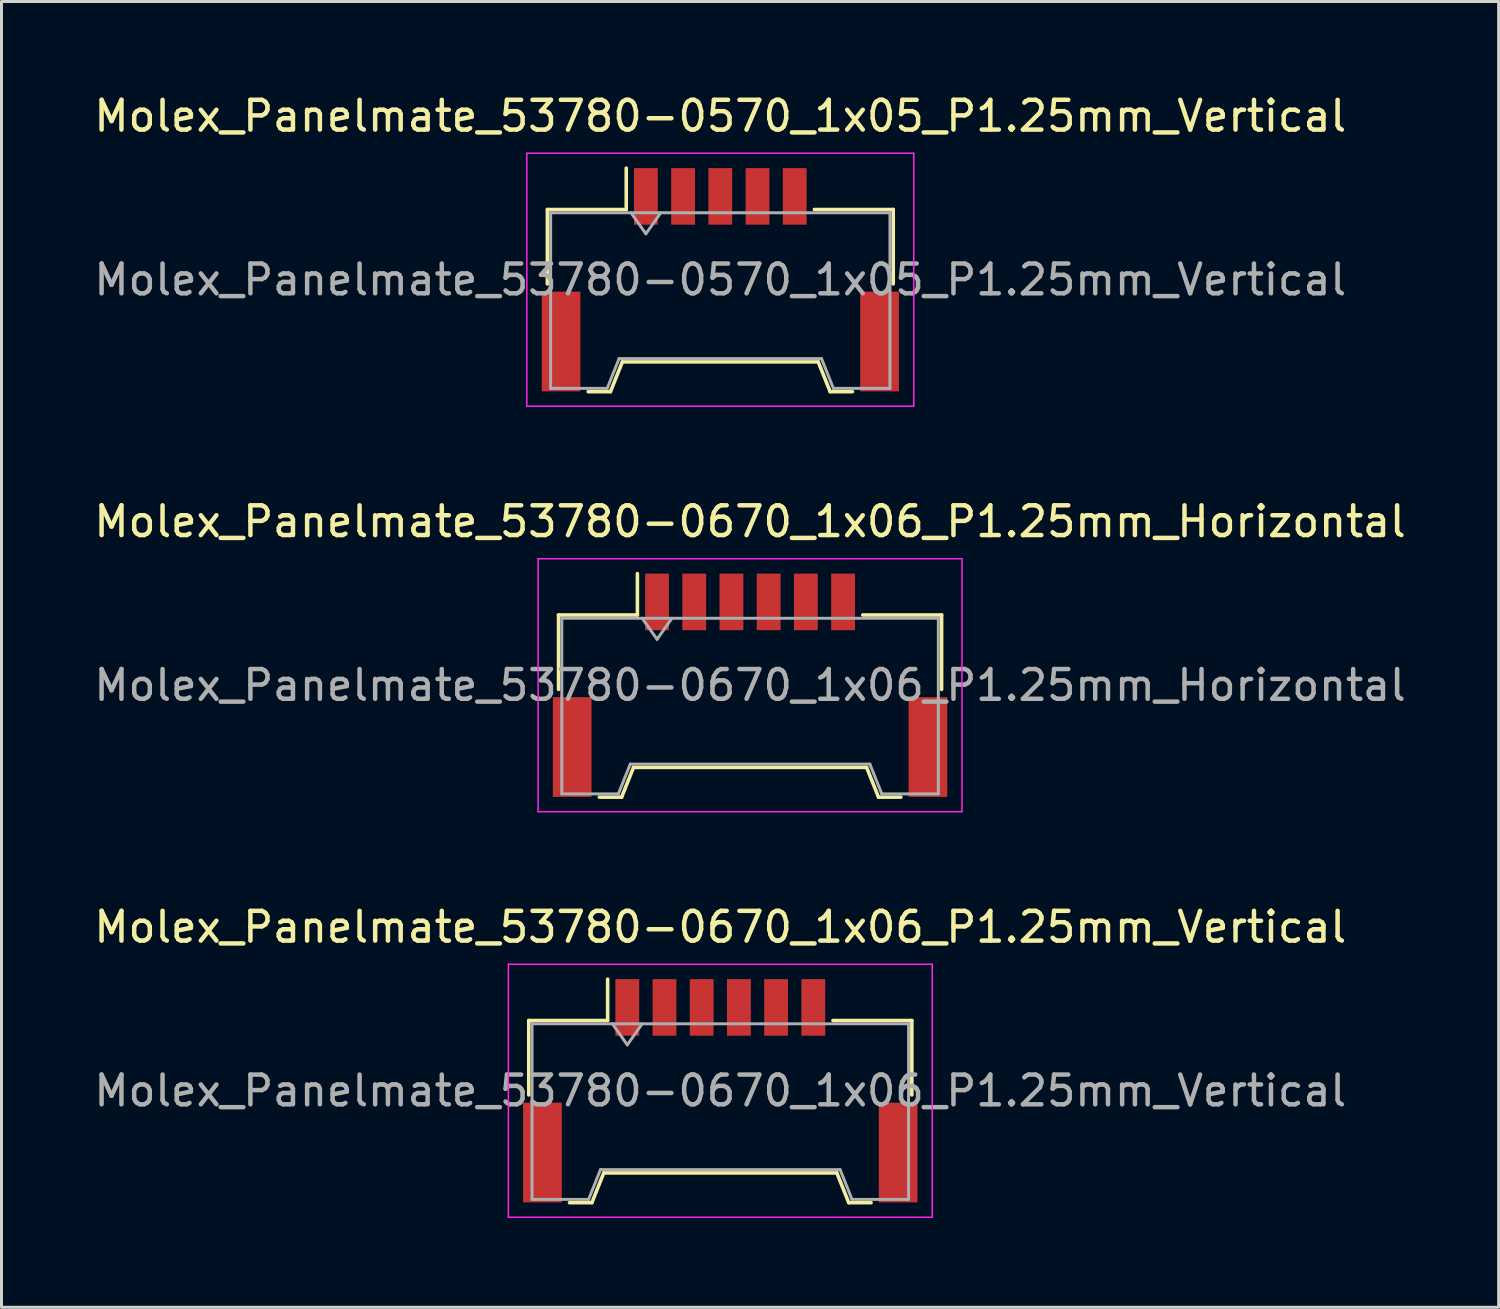
<source format=kicad_pcb>
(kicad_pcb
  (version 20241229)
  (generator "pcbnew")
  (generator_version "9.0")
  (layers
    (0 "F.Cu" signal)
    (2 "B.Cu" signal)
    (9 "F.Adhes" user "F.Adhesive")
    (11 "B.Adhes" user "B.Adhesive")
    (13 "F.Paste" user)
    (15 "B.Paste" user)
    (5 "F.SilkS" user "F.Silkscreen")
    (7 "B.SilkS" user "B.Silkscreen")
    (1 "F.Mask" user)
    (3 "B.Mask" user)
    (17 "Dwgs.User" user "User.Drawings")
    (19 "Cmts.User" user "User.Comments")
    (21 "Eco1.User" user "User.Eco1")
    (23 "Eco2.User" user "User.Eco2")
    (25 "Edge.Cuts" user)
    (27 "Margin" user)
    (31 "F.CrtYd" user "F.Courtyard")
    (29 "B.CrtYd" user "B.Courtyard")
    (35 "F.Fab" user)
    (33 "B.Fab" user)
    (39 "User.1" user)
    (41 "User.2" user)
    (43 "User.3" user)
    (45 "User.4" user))
  (footprint "Molex_Panelmate_53780-0570_1x05_P1.25mm_Vertical"
    (layer "F.Cu")
    (at 21.149 6.348)
    (property "Reference" "Molex_Panelmate_53780-0570_1x05_P1.25mm_Vertical" (at 0 -5.5 0) (layer "F.SilkS") (effects (font (size 1 1) (thickness 0.15))))
    (attr smd)
    (fp_line (start -5.81 -2.36) (end -3.16 -2.36) (stroke (width 0.12) (type solid)) (layer "F.SilkS"))
    (fp_line (start -5.81 0.14) (end -5.81 -2.36) (stroke (width 0.12) (type solid)) (layer "F.SilkS"))
    (fp_line (start -4.44 3.76) (end -3.69 3.76) (stroke (width 0.12) (type solid)) (layer "F.SilkS"))
    (fp_line (start -3.69 3.76) (end -3.29 2.76) (stroke (width 0.12) (type solid)) (layer "F.SilkS"))
    (fp_line (start -3.29 2.76) (end 3.29 2.76) (stroke (width 0.12) (type solid)) (layer "F.SilkS"))
    (fp_line (start -3.16 -2.36) (end -3.16 -3.75) (stroke (width 0.12) (type solid)) (layer "F.SilkS"))
    (fp_line (start 3.29 2.76) (end 3.69 3.76) (stroke (width 0.12) (type solid)) (layer "F.SilkS"))
    (fp_line (start 3.69 3.76) (end 4.44 3.76) (stroke (width 0.12) (type solid)) (layer "F.SilkS"))
    (fp_line (start 5.81 -2.36) (end 3.16 -2.36) (stroke (width 0.12) (type solid)) (layer "F.SilkS"))
    (fp_line (start 5.81 0.14) (end 5.81 -2.36) (stroke (width 0.12) (type solid)) (layer "F.SilkS"))
    (fp_line (start -6.5 -4.25) (end -6.5 4.25) (stroke (width 0.05) (type solid)) (layer "F.CrtYd"))
    (fp_line (start -6.5 4.25) (end 6.5 4.25) (stroke (width 0.05) (type solid)) (layer "F.CrtYd"))
    (fp_line (start 6.5 -4.25) (end -6.5 -4.25) (stroke (width 0.05) (type solid)) (layer "F.CrtYd"))
    (fp_line (start 6.5 4.25) (end 6.5 -4.25) (stroke (width 0.05) (type solid)) (layer "F.CrtYd"))
    (fp_line (start -5.7 -2.25) (end -5.7 3.65) (stroke (width 0.1) (type solid)) (layer "F.Fab"))
    (fp_line (start -5.7 -2.25) (end 5.7 -2.25) (stroke (width 0.1) (type solid)) (layer "F.Fab"))
    (fp_line (start -5.7 3.65) (end -3.8 3.65) (stroke (width 0.1) (type solid)) (layer "F.Fab"))
    (fp_line (start -3.8 3.65) (end -3.4 2.65) (stroke (width 0.1) (type solid)) (layer "F.Fab"))
    (fp_line (start -3.4 2.65) (end 3.4 2.65) (stroke (width 0.1) (type solid)) (layer "F.Fab"))
    (fp_line (start -3 -2.25) (end -2.5 -1.543) (stroke (width 0.1) (type solid)) (layer "F.Fab"))
    (fp_line (start -2.5 -1.543) (end -2 -2.25) (stroke (width 0.1) (type solid)) (layer "F.Fab"))
    (fp_line (start 3.4 2.65) (end 3.8 3.65) (stroke (width 0.1) (type solid)) (layer "F.Fab"))
    (fp_line (start 3.8 3.65) (end 5.7 3.65) (stroke (width 0.1) (type solid)) (layer "F.Fab"))
    (fp_line (start 5.7 -2.25) (end 5.7 3.65) (stroke (width 0.1) (type solid)) (layer "F.Fab"))
    (fp_text user "${REFERENCE}" (at 0 0 0) (layer "F.Fab") (effects (font (size 1 1) (thickness 0.15))))
    (pad "" smd rect (at -5.35 2.075) (size 1.3 3.35) (layers "F.Cu" "F.Mask" "F.Paste"))
    (pad "" smd rect (at 5.35 2.075) (size 1.3 3.35) (layers "F.Cu" "F.Mask" "F.Paste"))
    (pad "1" smd rect (at -2.5 -2.8) (size 0.8 1.9) (layers "F.Cu" "F.Mask" "F.Paste"))
    (pad "2" smd rect (at -1.25 -2.8) (size 0.8 1.9) (layers "F.Cu" "F.Mask" "F.Paste"))
    (pad "3" smd rect (at 0 -2.8) (size 0.8 1.9) (layers "F.Cu" "F.Mask" "F.Paste"))
    (pad "4" smd rect (at 1.25 -2.8) (size 0.8 1.9) (layers "F.Cu" "F.Mask" "F.Paste"))
    (pad "5" smd rect (at 2.5 -2.8) (size 0.8 1.9) (layers "F.Cu" "F.Mask" "F.Paste")))
  (footprint "Molex_Panelmate_53780-0670_1x06_P1.25mm_Vertical"
    (layer "F.Cu")
    (at 21.149 33.595)
    (property "Reference" "Molex_Panelmate_53780-0670_1x06_P1.25mm_Vertical" (at 0 -5.5 0) (layer "F.SilkS") (effects (font (size 1 1) (thickness 0.15))))
    (attr smd)
    (fp_line (start -6.435 -2.36) (end -3.785 -2.36) (stroke (width 0.12) (type solid)) (layer "F.SilkS"))
    (fp_line (start -6.435 0.14) (end -6.435 -2.36) (stroke (width 0.12) (type solid)) (layer "F.SilkS"))
    (fp_line (start -5.065 3.76) (end -4.315 3.76) (stroke (width 0.12) (type solid)) (layer "F.SilkS"))
    (fp_line (start -4.315 3.76) (end -3.915 2.76) (stroke (width 0.12) (type solid)) (layer "F.SilkS"))
    (fp_line (start -3.915 2.76) (end 3.915 2.76) (stroke (width 0.12) (type solid)) (layer "F.SilkS"))
    (fp_line (start -3.785 -2.36) (end -3.785 -3.75) (stroke (width 0.12) (type solid)) (layer "F.SilkS"))
    (fp_line (start 3.915 2.76) (end 4.315 3.76) (stroke (width 0.12) (type solid)) (layer "F.SilkS"))
    (fp_line (start 4.315 3.76) (end 5.065 3.76) (stroke (width 0.12) (type solid)) (layer "F.SilkS"))
    (fp_line (start 6.435 -2.36) (end 3.785 -2.36) (stroke (width 0.12) (type solid)) (layer "F.SilkS"))
    (fp_line (start 6.435 0.14) (end 6.435 -2.36) (stroke (width 0.12) (type solid)) (layer "F.SilkS"))
    (fp_line (start -7.12 -4.25) (end -7.12 4.25) (stroke (width 0.05) (type solid)) (layer "F.CrtYd"))
    (fp_line (start -7.12 4.25) (end 7.12 4.25) (stroke (width 0.05) (type solid)) (layer "F.CrtYd"))
    (fp_line (start 7.12 -4.25) (end -7.12 -4.25) (stroke (width 0.05) (type solid)) (layer "F.CrtYd"))
    (fp_line (start 7.12 4.25) (end 7.12 -4.25) (stroke (width 0.05) (type solid)) (layer "F.CrtYd"))
    (fp_line (start -6.325 -2.25) (end -6.325 3.65) (stroke (width 0.1) (type solid)) (layer "F.Fab"))
    (fp_line (start -6.325 -2.25) (end 6.325 -2.25) (stroke (width 0.1) (type solid)) (layer "F.Fab"))
    (fp_line (start -6.325 3.65) (end -4.425 3.65) (stroke (width 0.1) (type solid)) (layer "F.Fab"))
    (fp_line (start -4.425 3.65) (end -4.025 2.65) (stroke (width 0.1) (type solid)) (layer "F.Fab"))
    (fp_line (start -4.025 2.65) (end 4.025 2.65) (stroke (width 0.1) (type solid)) (layer "F.Fab"))
    (fp_line (start -3.625 -2.25) (end -3.125 -1.543) (stroke (width 0.1) (type solid)) (layer "F.Fab"))
    (fp_line (start -3.125 -1.543) (end -2.625 -2.25) (stroke (width 0.1) (type solid)) (layer "F.Fab"))
    (fp_line (start 4.025 2.65) (end 4.425 3.65) (stroke (width 0.1) (type solid)) (layer "F.Fab"))
    (fp_line (start 4.425 3.65) (end 6.325 3.65) (stroke (width 0.1) (type solid)) (layer "F.Fab"))
    (fp_line (start 6.325 -2.25) (end 6.325 3.65) (stroke (width 0.1) (type solid)) (layer "F.Fab"))
    (fp_text user "${REFERENCE}" (at 0 0 0) (layer "F.Fab") (effects (font (size 1 1) (thickness 0.15))))
    (pad "" smd rect (at -5.975 2.075) (size 1.3 3.35) (layers "F.Cu" "F.Mask" "F.Paste"))
    (pad "" smd rect (at 5.975 2.075) (size 1.3 3.35) (layers "F.Cu" "F.Mask" "F.Paste"))
    (pad "1" smd rect (at -3.125 -2.8) (size 0.8 1.9) (layers "F.Cu" "F.Mask" "F.Paste"))
    (pad "2" smd rect (at -1.875 -2.8) (size 0.8 1.9) (layers "F.Cu" "F.Mask" "F.Paste"))
    (pad "3" smd rect (at -0.625 -2.8) (size 0.8 1.9) (layers "F.Cu" "F.Mask" "F.Paste"))
    (pad "4" smd rect (at 0.625 -2.8) (size 0.8 1.9) (layers "F.Cu" "F.Mask" "F.Paste"))
    (pad "5" smd rect (at 1.875 -2.8) (size 0.8 1.9) (layers "F.Cu" "F.Mask" "F.Paste"))
    (pad "6" smd rect (at 3.125 -2.8) (size 0.8 1.9) (layers "F.Cu" "F.Mask" "F.Paste")))
  (footprint "Molex_Panelmate_53780-0670_1x06_P1.25mm_Horizontal"
    (layer "F.Cu")
    (at 22.149 19.971)
    (property "Reference" "Molex_Panelmate_53780-0670_1x06_P1.25mm_Horizontal" (at 0 -5.5 0) (layer "F.SilkS") (effects (font (size 1 1) (thickness 0.15))))
    (attr smd)
    (fp_line (start -6.435 -2.36) (end -3.785 -2.36) (stroke (width 0.12) (type solid)) (layer "F.SilkS"))
    (fp_line (start -6.435 0.14) (end -6.435 -2.36) (stroke (width 0.12) (type solid)) (layer "F.SilkS"))
    (fp_line (start -5.065 3.76) (end -4.315 3.76) (stroke (width 0.12) (type solid)) (layer "F.SilkS"))
    (fp_line (start -4.315 3.76) (end -3.915 2.76) (stroke (width 0.12) (type solid)) (layer "F.SilkS"))
    (fp_line (start -3.915 2.76) (end 3.915 2.76) (stroke (width 0.12) (type solid)) (layer "F.SilkS"))
    (fp_line (start -3.785 -2.36) (end -3.785 -3.75) (stroke (width 0.12) (type solid)) (layer "F.SilkS"))
    (fp_line (start 3.915 2.76) (end 4.315 3.76) (stroke (width 0.12) (type solid)) (layer "F.SilkS"))
    (fp_line (start 4.315 3.76) (end 5.065 3.76) (stroke (width 0.12) (type solid)) (layer "F.SilkS"))
    (fp_line (start 6.435 -2.36) (end 3.785 -2.36) (stroke (width 0.12) (type solid)) (layer "F.SilkS"))
    (fp_line (start 6.435 0.14) (end 6.435 -2.36) (stroke (width 0.12) (type solid)) (layer "F.SilkS"))
    (fp_line (start -7.12 -4.25) (end -7.12 4.25) (stroke (width 0.05) (type solid)) (layer "F.CrtYd"))
    (fp_line (start -7.12 4.25) (end 7.12 4.25) (stroke (width 0.05) (type solid)) (layer "F.CrtYd"))
    (fp_line (start 7.12 -4.25) (end -7.12 -4.25) (stroke (width 0.05) (type solid)) (layer "F.CrtYd"))
    (fp_line (start 7.12 4.25) (end 7.12 -4.25) (stroke (width 0.05) (type solid)) (layer "F.CrtYd"))
    (fp_line (start -6.325 -2.25) (end -6.325 3.65) (stroke (width 0.1) (type solid)) (layer "F.Fab"))
    (fp_line (start -6.325 -2.25) (end 6.325 -2.25) (stroke (width 0.1) (type solid)) (layer "F.Fab"))
    (fp_line (start -6.325 3.65) (end -4.425 3.65) (stroke (width 0.1) (type solid)) (layer "F.Fab"))
    (fp_line (start -4.425 3.65) (end -4.025 2.65) (stroke (width 0.1) (type solid)) (layer "F.Fab"))
    (fp_line (start -4.025 2.65) (end 4.025 2.65) (stroke (width 0.1) (type solid)) (layer "F.Fab"))
    (fp_line (start -3.625 -2.25) (end -3.125 -1.543) (stroke (width 0.1) (type solid)) (layer "F.Fab"))
    (fp_line (start -3.125 -1.543) (end -2.625 -2.25) (stroke (width 0.1) (type solid)) (layer "F.Fab"))
    (fp_line (start 4.025 2.65) (end 4.425 3.65) (stroke (width 0.1) (type solid)) (layer "F.Fab"))
    (fp_line (start 4.425 3.65) (end 6.325 3.65) (stroke (width 0.1) (type solid)) (layer "F.Fab"))
    (fp_line (start 6.325 -2.25) (end 6.325 3.65) (stroke (width 0.1) (type solid)) (layer "F.Fab"))
    (fp_text user "${REFERENCE}" (at 0 0 0) (layer "F.Fab") (effects (font (size 1 1) (thickness 0.15))))
    (pad "" smd rect (at -5.975 2.075) (size 1.3 3.35) (layers "F.Cu" "F.Mask" "F.Paste"))
    (pad "" smd rect (at 5.975 2.075) (size 1.3 3.35) (layers "F.Cu" "F.Mask" "F.Paste"))
    (pad "1" smd rect (at -3.125 -2.8) (size 0.8 1.9) (layers "F.Cu" "F.Mask" "F.Paste"))
    (pad "2" smd rect (at -1.875 -2.8) (size 0.8 1.9) (layers "F.Cu" "F.Mask" "F.Paste"))
    (pad "3" smd rect (at -0.625 -2.8) (size 0.8 1.9) (layers "F.Cu" "F.Mask" "F.Paste"))
    (pad "4" smd rect (at 0.625 -2.8) (size 0.8 1.9) (layers "F.Cu" "F.Mask" "F.Paste"))
    (pad "5" smd rect (at 1.875 -2.8) (size 0.8 1.9) (layers "F.Cu" "F.Mask" "F.Paste"))
    (pad "6" smd rect (at 3.125 -2.8) (size 0.8 1.9) (layers "F.Cu" "F.Mask" "F.Paste")))
  (gr_rect
    (start -3 -3)
    (end 47.298 40.87)
    (stroke (width 0.1) (type default))
    (fill no)
    (layer "Edge.Cuts")))
</source>
